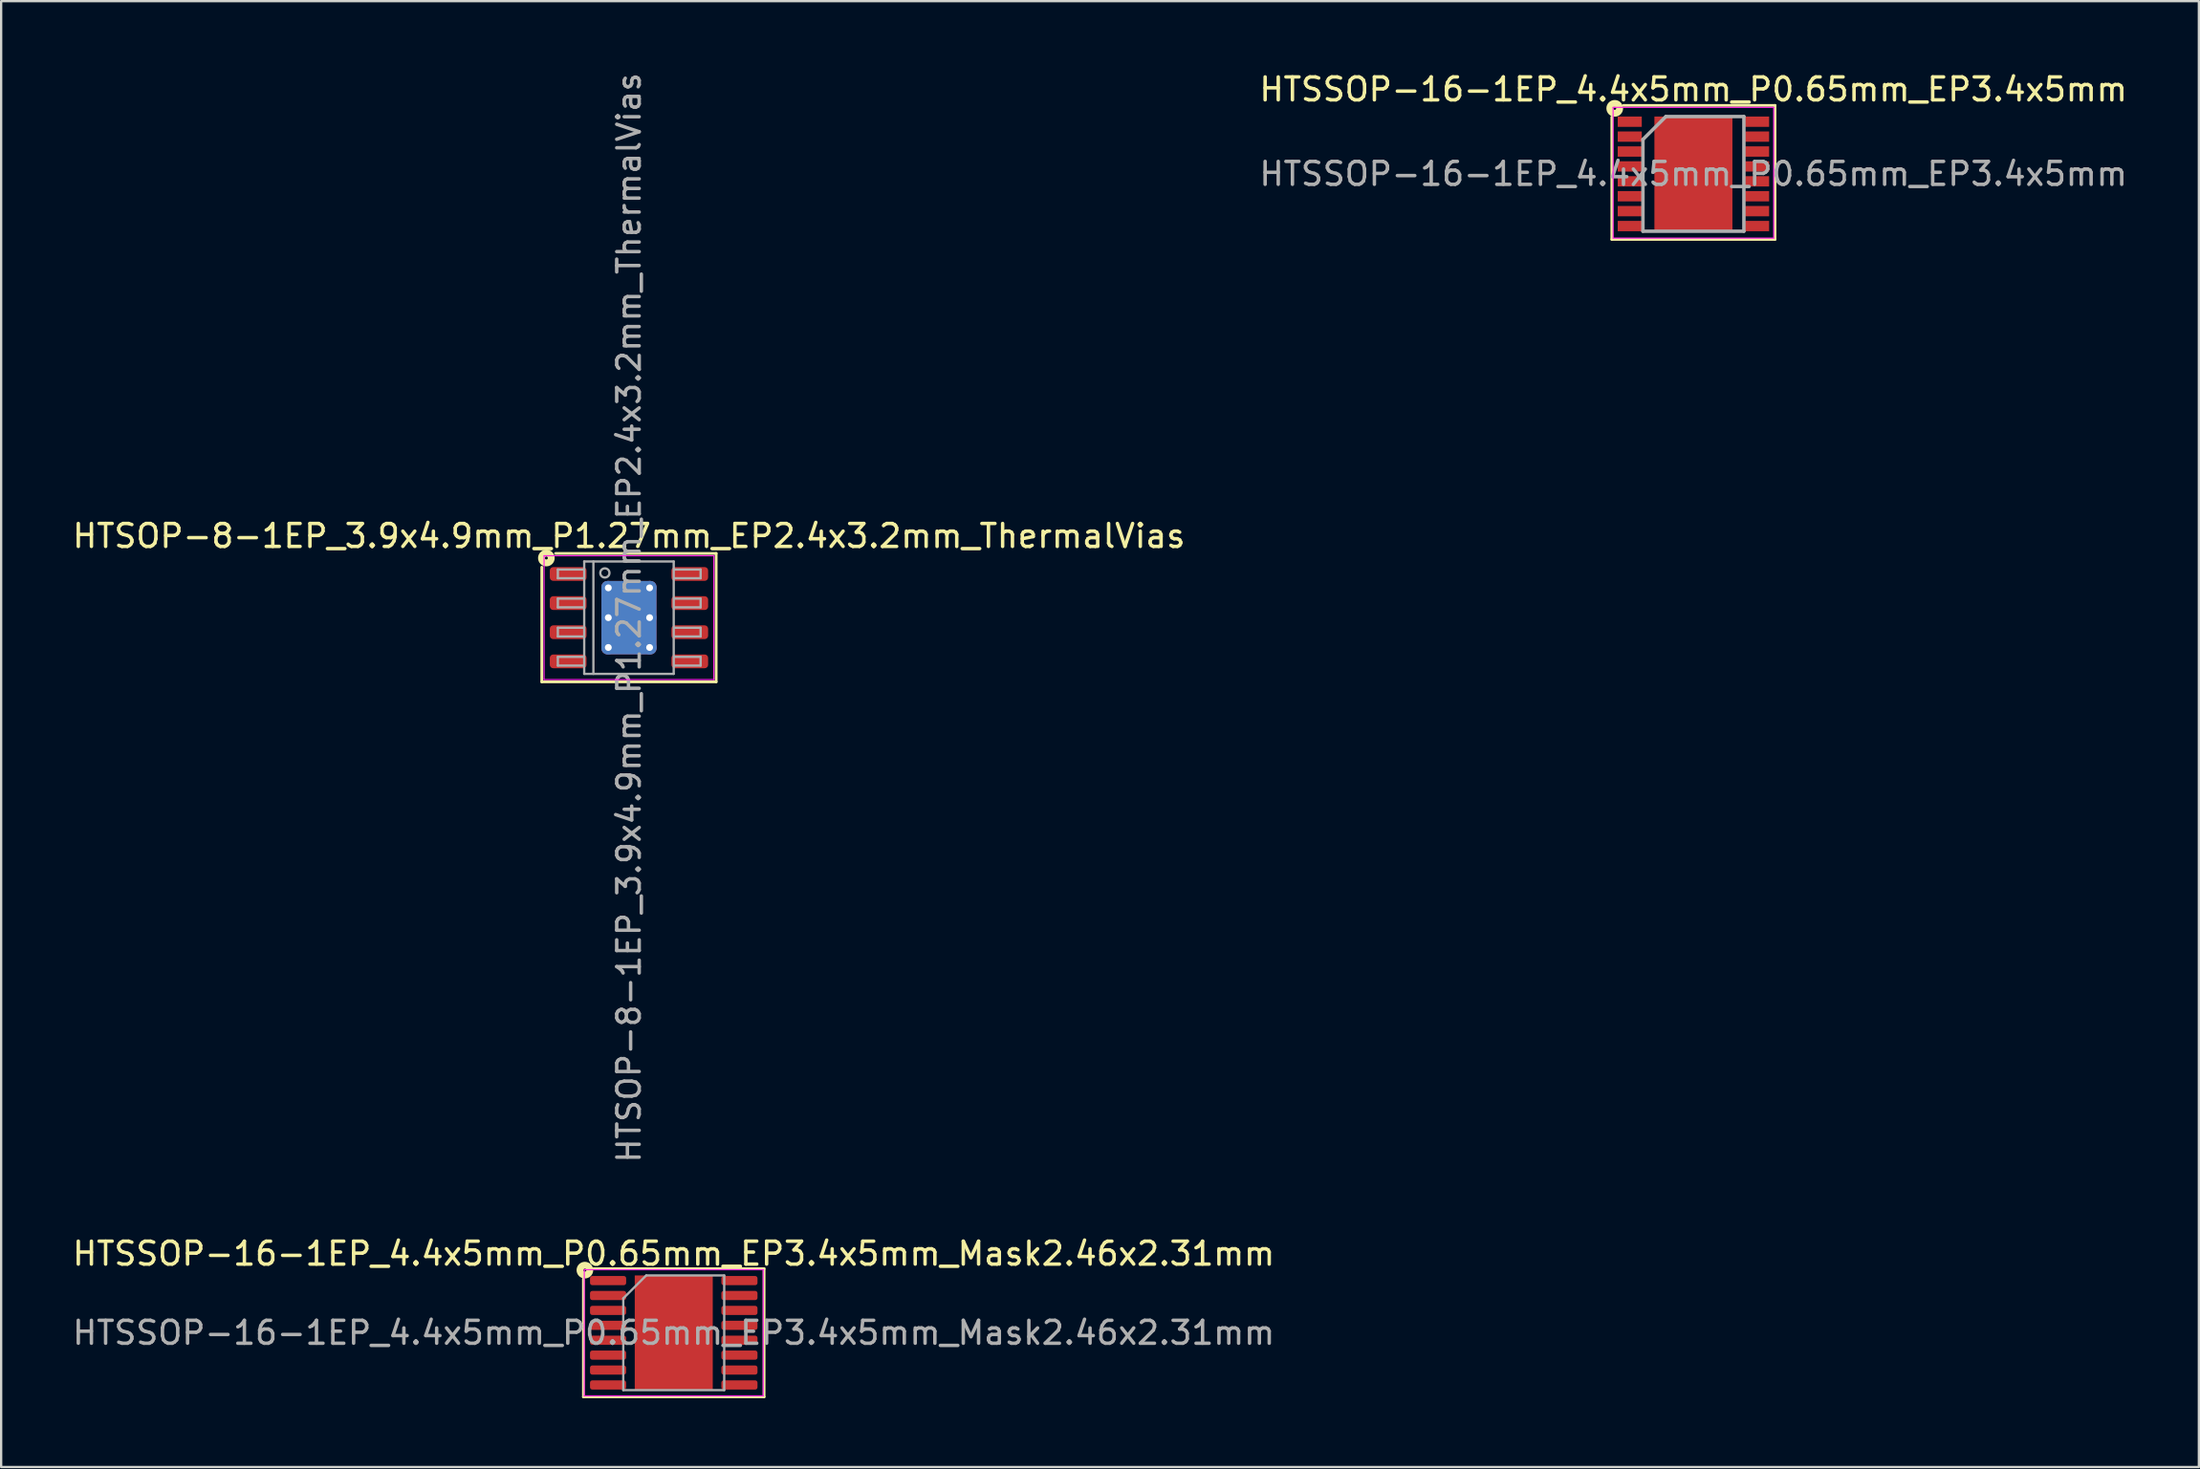
<source format=kicad_pcb>
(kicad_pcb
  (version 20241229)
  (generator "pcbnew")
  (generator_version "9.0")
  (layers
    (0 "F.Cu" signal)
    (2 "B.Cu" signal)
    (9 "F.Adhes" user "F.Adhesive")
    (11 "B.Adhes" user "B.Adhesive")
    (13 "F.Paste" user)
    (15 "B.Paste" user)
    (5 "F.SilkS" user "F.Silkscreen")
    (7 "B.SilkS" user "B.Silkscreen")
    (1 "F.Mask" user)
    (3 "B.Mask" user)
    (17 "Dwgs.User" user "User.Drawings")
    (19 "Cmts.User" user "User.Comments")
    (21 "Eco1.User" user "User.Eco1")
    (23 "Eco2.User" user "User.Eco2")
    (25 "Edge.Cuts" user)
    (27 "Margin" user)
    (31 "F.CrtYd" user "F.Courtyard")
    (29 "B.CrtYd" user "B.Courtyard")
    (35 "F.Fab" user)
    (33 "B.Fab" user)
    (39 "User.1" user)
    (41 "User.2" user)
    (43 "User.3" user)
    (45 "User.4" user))
  (footprint "HTSOP-8-1EP_3.9x4.9mm_P1.27mm_EP2.4x3.2mm_ThermalVias"
    (layer "F.Cu")
    (at 24.363 23.88)
    (property "Reference" "HTSOP-8-1EP_3.9x4.9mm_P1.27mm_EP2.4x3.2mm_ThermalVias" (at 0 -3.562 0) (layer "F.SilkS") (effects (font (size 1 1) (thickness 0.15))))
    (attr smd)
    (fp_line (start -3.8 2.8) (end -3.8 -2.2) (stroke (width 0.12) (type solid)) (layer "F.SilkS"))
    (fp_line (start -3.2 -2.8) (end 3.8 -2.8) (stroke (width 0.12) (type solid)) (layer "F.SilkS"))
    (fp_line (start 3.8 -2.8) (end 3.8 2.8) (stroke (width 0.12) (type solid)) (layer "F.SilkS"))
    (fp_line (start 3.8 2.8) (end -3.8 2.8) (stroke (width 0.12) (type solid)) (layer "F.SilkS"))
    (fp_circle (center -3.6 -2.6) (end -3.537 -2.6) (stroke (width 0.3) (type solid)) (fill no) (layer "F.SilkS"))
    (fp_line (start -3.7 -2.7) (end -3.7 2.7) (stroke (width 0.05) (type solid)) (layer "F.CrtYd"))
    (fp_line (start -3.7 2.7) (end 3.7 2.7) (stroke (width 0.05) (type solid)) (layer "F.CrtYd"))
    (fp_line (start 3.7 -2.7) (end -3.7 -2.7) (stroke (width 0.05) (type solid)) (layer "F.CrtYd"))
    (fp_line (start 3.7 2.7) (end 3.7 -2.7) (stroke (width 0.05) (type solid)) (layer "F.CrtYd"))
    (fp_line (start -3.1 -2.1) (end -3.1 -1.719) (stroke (width 0.1) (type solid)) (layer "F.Fab"))
    (fp_line (start -3.1 -2.1) (end -1.957 -2.1) (stroke (width 0.1) (type solid)) (layer "F.Fab"))
    (fp_line (start -3.1 -1.719) (end -1.957 -1.719) (stroke (width 0.1) (type solid)) (layer "F.Fab"))
    (fp_line (start -3.1 -0.83) (end -3.1 -0.449) (stroke (width 0.1) (type solid)) (layer "F.Fab"))
    (fp_line (start -3.1 -0.83) (end -1.957 -0.83) (stroke (width 0.1) (type solid)) (layer "F.Fab"))
    (fp_line (start -3.1 -0.449) (end -1.957 -0.449) (stroke (width 0.1) (type solid)) (layer "F.Fab"))
    (fp_line (start -3.1 0.44) (end -3.1 0.821) (stroke (width 0.1) (type solid)) (layer "F.Fab"))
    (fp_line (start -3.1 0.44) (end -1.957 0.44) (stroke (width 0.1) (type solid)) (layer "F.Fab"))
    (fp_line (start -3.1 0.821) (end -1.957 0.821) (stroke (width 0.1) (type solid)) (layer "F.Fab"))
    (fp_line (start -3.1 1.71) (end -3.1 2.091) (stroke (width 0.1) (type solid)) (layer "F.Fab"))
    (fp_line (start -3.1 1.71) (end -1.957 1.71) (stroke (width 0.1) (type solid)) (layer "F.Fab"))
    (fp_line (start -3.1 2.091) (end -1.957 2.091) (stroke (width 0.1) (type solid)) (layer "F.Fab"))
    (fp_line (start -1.95 -2.45) (end 1.95 -2.45) (stroke (width 0.1) (type solid)) (layer "F.Fab"))
    (fp_line (start -1.95 2.45) (end -1.95 -2.45) (stroke (width 0.1) (type solid)) (layer "F.Fab"))
    (fp_line (start -1.55 -2.45) (end -1.55 2.45) (stroke (width 0.1) (type solid)) (layer "F.Fab"))
    (fp_line (start 1.95 -2.45) (end 1.95 2.45) (stroke (width 0.1) (type solid)) (layer "F.Fab"))
    (fp_line (start 1.95 2.45) (end -1.95 2.45) (stroke (width 0.1) (type solid)) (layer "F.Fab"))
    (fp_line (start 3.123 -2.1) (end 1.98 -2.1) (stroke (width 0.1) (type solid)) (layer "F.Fab"))
    (fp_line (start 3.123 -1.719) (end 1.98 -1.719) (stroke (width 0.1) (type solid)) (layer "F.Fab"))
    (fp_line (start 3.123 -1.719) (end 3.123 -2.1) (stroke (width 0.1) (type solid)) (layer "F.Fab"))
    (fp_line (start 3.123 -0.83) (end 1.98 -0.83) (stroke (width 0.1) (type solid)) (layer "F.Fab"))
    (fp_line (start 3.123 -0.449) (end 1.98 -0.449) (stroke (width 0.1) (type solid)) (layer "F.Fab"))
    (fp_line (start 3.123 -0.449) (end 3.123 -0.83) (stroke (width 0.1) (type solid)) (layer "F.Fab"))
    (fp_line (start 3.123 0.44) (end 1.98 0.44) (stroke (width 0.1) (type solid)) (layer "F.Fab"))
    (fp_line (start 3.123 0.821) (end 1.98 0.821) (stroke (width 0.1) (type solid)) (layer "F.Fab"))
    (fp_line (start 3.123 0.821) (end 3.123 0.44) (stroke (width 0.1) (type solid)) (layer "F.Fab"))
    (fp_line (start 3.123 1.71) (end 1.98 1.71) (stroke (width 0.1) (type solid)) (layer "F.Fab"))
    (fp_line (start 3.123 2.091) (end 1.98 2.091) (stroke (width 0.1) (type solid)) (layer "F.Fab"))
    (fp_line (start 3.123 2.091) (end 3.123 1.71) (stroke (width 0.1) (type solid)) (layer "F.Fab"))
    (fp_circle (center -1.05 -1.95) (end -0.85 -1.95) (stroke (width 0.1) (type solid)) (fill no) (layer "F.Fab"))
    (fp_text user "${REFERENCE}" (at 0 0 90) (layer "F.Fab") (effects (font (size 0.98 0.98) (thickness 0.15))))
    (pad "" smd roundrect (at -0.6 -0.8) (size 0.97 1.29) (layers "F.Paste") (roundrect_rratio 0.25))
    (pad "" smd roundrect (at -0.6 0.8) (size 0.97 1.29) (layers "F.Paste") (roundrect_rratio 0.25))
    (pad "" smd roundrect (at 0.6 -0.8) (size 0.97 1.29) (layers "F.Paste") (roundrect_rratio 0.25))
    (pad "" smd roundrect (at 0.6 0.8) (size 0.97 1.29) (layers "F.Paste") (roundrect_rratio 0.25))
    (pad "1" smd roundrect (at -2.65 -1.905) (size 1.6 0.6) (layers "F.Cu" "F.Mask" "F.Paste") (roundrect_rratio 0.25))
    (pad "2" smd roundrect (at -2.65 -0.635) (size 1.6 0.6) (layers "F.Cu" "F.Mask" "F.Paste") (roundrect_rratio 0.25))
    (pad "3" smd roundrect (at -2.65 0.635) (size 1.6 0.6) (layers "F.Cu" "F.Mask" "F.Paste") (roundrect_rratio 0.25))
    (pad "4" smd roundrect (at -2.65 1.905) (size 1.6 0.6) (layers "F.Cu" "F.Mask" "F.Paste") (roundrect_rratio 0.25))
    (pad "5" smd roundrect (at 2.65 1.905) (size 1.6 0.6) (layers "F.Cu" "F.Mask" "F.Paste") (roundrect_rratio 0.25))
    (pad "6" smd roundrect (at 2.65 0.635) (size 1.6 0.6) (layers "F.Cu" "F.Mask" "F.Paste") (roundrect_rratio 0.25))
    (pad "7" smd roundrect (at 2.65 -0.635) (size 1.6 0.6) (layers "F.Cu" "F.Mask" "F.Paste") (roundrect_rratio 0.25))
    (pad "8" smd roundrect (at 2.65 -1.905) (size 1.6 0.6) (layers "F.Cu" "F.Mask" "F.Paste") (roundrect_rratio 0.25))
    (pad "9" thru_hole circle (at -0.9 -1.3) (size 0.6 0.6) (drill 0.3) (property pad_prop_heatsink) (layers "*.Cu"))
    (pad "9" thru_hole circle (at -0.9 0) (size 0.6 0.6) (drill 0.3) (property pad_prop_heatsink) (layers "*.Cu"))
    (pad "9" thru_hole circle (at -0.9 1.3) (size 0.6 0.6) (drill 0.3) (property pad_prop_heatsink) (layers "*.Cu"))
    (pad "9" smd roundrect (at 0 0) (size 2.4 3.2) (layers "F.Cu" "F.Mask") (roundrect_rratio 0.104))
    (pad "9" smd roundrect (at 0 0) (size 2.4 3.2) (layers "B.Cu" "B.Mask") (roundrect_rratio 0.104))
    (pad "9" thru_hole circle (at 0.9 -1.3) (size 0.6 0.6) (drill 0.3) (property pad_prop_heatsink) (layers "*.Cu"))
    (pad "9" thru_hole circle (at 0.9 0) (size 0.6 0.6) (drill 0.3) (property pad_prop_heatsink) (layers "*.Cu"))
    (pad "9" thru_hole circle (at 0.9 1.3) (size 0.6 0.6) (drill 0.3) (property pad_prop_heatsink) (layers "*.Cu")))
  (footprint "HTSSOP-16-1EP_4.4x5mm_P0.65mm_EP3.4x5mm_Mask2.46x2.31mm"
    (layer "F.Cu")
    (at 26.315 55.059)
    (property "Reference" "HTSSOP-16-1EP_4.4x5mm_P0.65mm_EP3.4x5mm_Mask2.46x2.31mm" (at 0 -3.45 0) (layer "F.SilkS") (effects (font (size 1 1) (thickness 0.15))))
    (attr smd)
    (fp_line (start -3.937 2.794) (end -3.937 -2.349) (stroke (width 0.12) (type solid)) (layer "F.SilkS"))
    (fp_line (start -3.493 -2.794) (end 3.937 -2.794) (stroke (width 0.12) (type solid)) (layer "F.SilkS"))
    (fp_line (start 3.937 -2.794) (end 3.937 2.794) (stroke (width 0.12) (type solid)) (layer "F.SilkS"))
    (fp_line (start 3.937 2.794) (end -3.937 2.794) (stroke (width 0.12) (type solid)) (layer "F.SilkS"))
    (fp_circle (center -3.873 -2.731) (end -3.81 -2.731) (stroke (width 0.3) (type solid)) (fill no) (layer "F.SilkS"))
    (fp_line (start -3.9 -2.75) (end -3.9 2.75) (stroke (width 0.05) (type solid)) (layer "F.CrtYd"))
    (fp_line (start -3.9 2.75) (end 3.9 2.75) (stroke (width 0.05) (type solid)) (layer "F.CrtYd"))
    (fp_line (start 3.9 -2.75) (end -3.9 -2.75) (stroke (width 0.05) (type solid)) (layer "F.CrtYd"))
    (fp_line (start 3.9 2.75) (end 3.9 -2.75) (stroke (width 0.05) (type solid)) (layer "F.CrtYd"))
    (fp_line (start -2.2 -1.5) (end -1.2 -2.5) (stroke (width 0.1) (type solid)) (layer "F.Fab"))
    (fp_line (start -2.2 2.5) (end -2.2 -1.5) (stroke (width 0.1) (type solid)) (layer "F.Fab"))
    (fp_line (start -1.2 -2.5) (end 2.2 -2.5) (stroke (width 0.1) (type solid)) (layer "F.Fab"))
    (fp_line (start 2.2 -2.5) (end 2.2 2.5) (stroke (width 0.1) (type solid)) (layer "F.Fab"))
    (fp_line (start 2.2 2.5) (end -2.2 2.5) (stroke (width 0.1) (type solid)) (layer "F.Fab"))
    (fp_text user "${REFERENCE}" (at 0 0 0) (layer "F.Fab") (effects (font (size 1 1) (thickness 0.15))))
    (pad "" smd roundrect (at 0 -0.58) (size 1.98 0.93) (layers "F.Paste") (roundrect_rratio 0.25))
    (pad "" smd rect (at 0 0) (size 2.46 2.31) (layers "F.Mask"))
    (pad "" smd roundrect (at 0 0.58) (size 1.98 0.93) (layers "F.Paste") (roundrect_rratio 0.25))
    (pad "1" smd roundrect (at -2.862 -2.275) (size 1.575 0.4) (layers "F.Cu" "F.Mask" "F.Paste") (roundrect_rratio 0.25))
    (pad "2" smd roundrect (at -2.862 -1.625) (size 1.575 0.4) (layers "F.Cu" "F.Mask" "F.Paste") (roundrect_rratio 0.25))
    (pad "3" smd roundrect (at -2.862 -0.975) (size 1.575 0.4) (layers "F.Cu" "F.Mask" "F.Paste") (roundrect_rratio 0.25))
    (pad "4" smd roundrect (at -2.862 -0.325) (size 1.575 0.4) (layers "F.Cu" "F.Mask" "F.Paste") (roundrect_rratio 0.25))
    (pad "5" smd roundrect (at -2.862 0.325) (size 1.575 0.4) (layers "F.Cu" "F.Mask" "F.Paste") (roundrect_rratio 0.25))
    (pad "6" smd roundrect (at -2.862 0.975) (size 1.575 0.4) (layers "F.Cu" "F.Mask" "F.Paste") (roundrect_rratio 0.25))
    (pad "7" smd roundrect (at -2.862 1.625) (size 1.575 0.4) (layers "F.Cu" "F.Mask" "F.Paste") (roundrect_rratio 0.25))
    (pad "8" smd roundrect (at -2.862 2.275) (size 1.575 0.4) (layers "F.Cu" "F.Mask" "F.Paste") (roundrect_rratio 0.25))
    (pad "9" smd roundrect (at 2.862 2.275) (size 1.575 0.4) (layers "F.Cu" "F.Mask" "F.Paste") (roundrect_rratio 0.25))
    (pad "10" smd roundrect (at 2.862 1.625) (size 1.575 0.4) (layers "F.Cu" "F.Mask" "F.Paste") (roundrect_rratio 0.25))
    (pad "11" smd roundrect (at 2.862 0.975) (size 1.575 0.4) (layers "F.Cu" "F.Mask" "F.Paste") (roundrect_rratio 0.25))
    (pad "12" smd roundrect (at 2.862 0.325) (size 1.575 0.4) (layers "F.Cu" "F.Mask" "F.Paste") (roundrect_rratio 0.25))
    (pad "13" smd roundrect (at 2.862 -0.325) (size 1.575 0.4) (layers "F.Cu" "F.Mask" "F.Paste") (roundrect_rratio 0.25))
    (pad "14" smd roundrect (at 2.862 -0.975) (size 1.575 0.4) (layers "F.Cu" "F.Mask" "F.Paste") (roundrect_rratio 0.25))
    (pad "15" smd roundrect (at 2.862 -1.625) (size 1.575 0.4) (layers "F.Cu" "F.Mask" "F.Paste") (roundrect_rratio 0.25))
    (pad "16" smd roundrect (at 2.862 -2.275) (size 1.575 0.4) (layers "F.Cu" "F.Mask" "F.Paste") (roundrect_rratio 0.25))
    (pad "17" smd rect (at 0 0) (size 3.4 5) (layers "F.Cu")))
  (footprint "HTSSOP-16-1EP_4.4x5mm_P0.65mm_EP3.4x5mm"
    (layer "F.Cu")
    (at 70.756 4.531)
    (property "Reference" "HTSSOP-16-1EP_4.4x5mm_P0.65mm_EP3.4x5mm" (at 0 -3.683 0) (layer "F.SilkS") (effects (font (size 1 1) (thickness 0.15))))
    (attr smd)
    (fp_line (start -3.556 -2.477) (end -3.556 2.857) (stroke (width 0.12) (type solid)) (layer "F.SilkS"))
    (fp_line (start -3.556 2.857) (end 3.556 2.857) (stroke (width 0.12) (type solid)) (layer "F.SilkS"))
    (fp_line (start 3.556 -2.985) (end -3.048 -2.985) (stroke (width 0.12) (type solid)) (layer "F.SilkS"))
    (fp_line (start 3.556 2.857) (end 3.556 -2.985) (stroke (width 0.12) (type solid)) (layer "F.SilkS"))
    (fp_circle (center -3.429 -2.857) (end -3.365 -2.857) (stroke (width 0.3) (type solid)) (fill no) (layer "F.SilkS"))
    (fp_line (start -3.5 -2.9) (end -3.5 2.8) (stroke (width 0.05) (type solid)) (layer "F.CrtYd"))
    (fp_line (start -3.5 -2.9) (end 3.5 -2.9) (stroke (width 0.05) (type solid)) (layer "F.CrtYd"))
    (fp_line (start -3.5 2.8) (end 3.5 2.8) (stroke (width 0.05) (type solid)) (layer "F.CrtYd"))
    (fp_line (start 3.5 -2.9) (end 3.5 2.8) (stroke (width 0.05) (type solid)) (layer "F.CrtYd"))
    (fp_line (start -2.2 -1.5) (end -1.2 -2.5) (stroke (width 0.15) (type solid)) (layer "F.Fab"))
    (fp_line (start -2.2 2.5) (end -2.2 -1.5) (stroke (width 0.15) (type solid)) (layer "F.Fab"))
    (fp_line (start -1.2 -2.5) (end 2.2 -2.5) (stroke (width 0.15) (type solid)) (layer "F.Fab"))
    (fp_line (start 2.2 -2.5) (end 2.2 2.5) (stroke (width 0.15) (type solid)) (layer "F.Fab"))
    (fp_line (start 2.2 2.5) (end -2.2 2.5) (stroke (width 0.15) (type solid)) (layer "F.Fab"))
    (fp_text user "${REFERENCE}" (at 0 0 0) (layer "F.Fab") (effects (font (size 1 1) (thickness 0.15))))
    (pad "" smd rect (at -1.133 -1.875) (size 0.88 1.05) (layers "F.Paste"))
    (pad "" smd rect (at -1.133 -0.625) (size 0.88 1.05) (layers "F.Paste"))
    (pad "" smd rect (at -1.133 0.625) (size 0.88 1.05) (layers "F.Paste"))
    (pad "" smd rect (at -1.133 1.875) (size 0.88 1.05) (layers "F.Paste"))
    (pad "" smd rect (at 0 -1.875) (size 0.88 1.05) (layers "F.Paste"))
    (pad "" smd rect (at 0 -0.625) (size 0.88 1.05) (layers "F.Paste"))
    (pad "" smd rect (at 0 0.625) (size 0.88 1.05) (layers "F.Paste"))
    (pad "" smd rect (at 0 1.875) (size 0.88 1.05) (layers "F.Paste"))
    (pad "" smd rect (at 1.133 -1.875) (size 0.88 1.05) (layers "F.Paste"))
    (pad "" smd rect (at 1.133 -0.625) (size 0.88 1.05) (layers "F.Paste"))
    (pad "" smd rect (at 1.133 0.625) (size 0.88 1.05) (layers "F.Paste"))
    (pad "" smd rect (at 1.133 1.875) (size 0.88 1.05) (layers "F.Paste"))
    (pad "1" smd rect (at -2.775 -2.275) (size 1.05 0.45) (layers "F.Cu" "F.Mask" "F.Paste"))
    (pad "2" smd rect (at -2.775 -1.625) (size 1.05 0.45) (layers "F.Cu" "F.Mask" "F.Paste"))
    (pad "3" smd rect (at -2.775 -0.975) (size 1.05 0.45) (layers "F.Cu" "F.Mask" "F.Paste"))
    (pad "4" smd rect (at -2.775 -0.325) (size 1.05 0.45) (layers "F.Cu" "F.Mask" "F.Paste"))
    (pad "5" smd rect (at -2.775 0.325) (size 1.05 0.45) (layers "F.Cu" "F.Mask" "F.Paste"))
    (pad "6" smd rect (at -2.775 0.975) (size 1.05 0.45) (layers "F.Cu" "F.Mask" "F.Paste"))
    (pad "7" smd rect (at -2.775 1.625) (size 1.05 0.45) (layers "F.Cu" "F.Mask" "F.Paste"))
    (pad "8" smd rect (at -2.775 2.275) (size 1.05 0.45) (layers "F.Cu" "F.Mask" "F.Paste"))
    (pad "9" smd rect (at 2.775 2.275) (size 1.05 0.45) (layers "F.Cu" "F.Mask" "F.Paste"))
    (pad "10" smd rect (at 2.775 1.625) (size 1.05 0.45) (layers "F.Cu" "F.Mask" "F.Paste"))
    (pad "11" smd rect (at 2.775 0.975) (size 1.05 0.45) (layers "F.Cu" "F.Mask" "F.Paste"))
    (pad "12" smd rect (at 2.775 0.325) (size 1.05 0.45) (layers "F.Cu" "F.Mask" "F.Paste"))
    (pad "13" smd rect (at 2.775 -0.325) (size 1.05 0.45) (layers "F.Cu" "F.Mask" "F.Paste"))
    (pad "14" smd rect (at 2.775 -0.975) (size 1.05 0.45) (layers "F.Cu" "F.Mask" "F.Paste"))
    (pad "15" smd rect (at 2.775 -1.625) (size 1.05 0.45) (layers "F.Cu" "F.Mask" "F.Paste"))
    (pad "16" smd rect (at 2.775 -2.275) (size 1.05 0.45) (layers "F.Cu" "F.Mask" "F.Paste"))
    (pad "17" smd rect (at 0 0) (size 3.4 5) (layers "F.Cu" "F.Mask")))
  (gr_rect
    (start -3 -3)
    (end 92.786 60.913)
    (stroke (width 0.1) (type default))
    (fill no)
    (layer "Edge.Cuts")))
</source>
